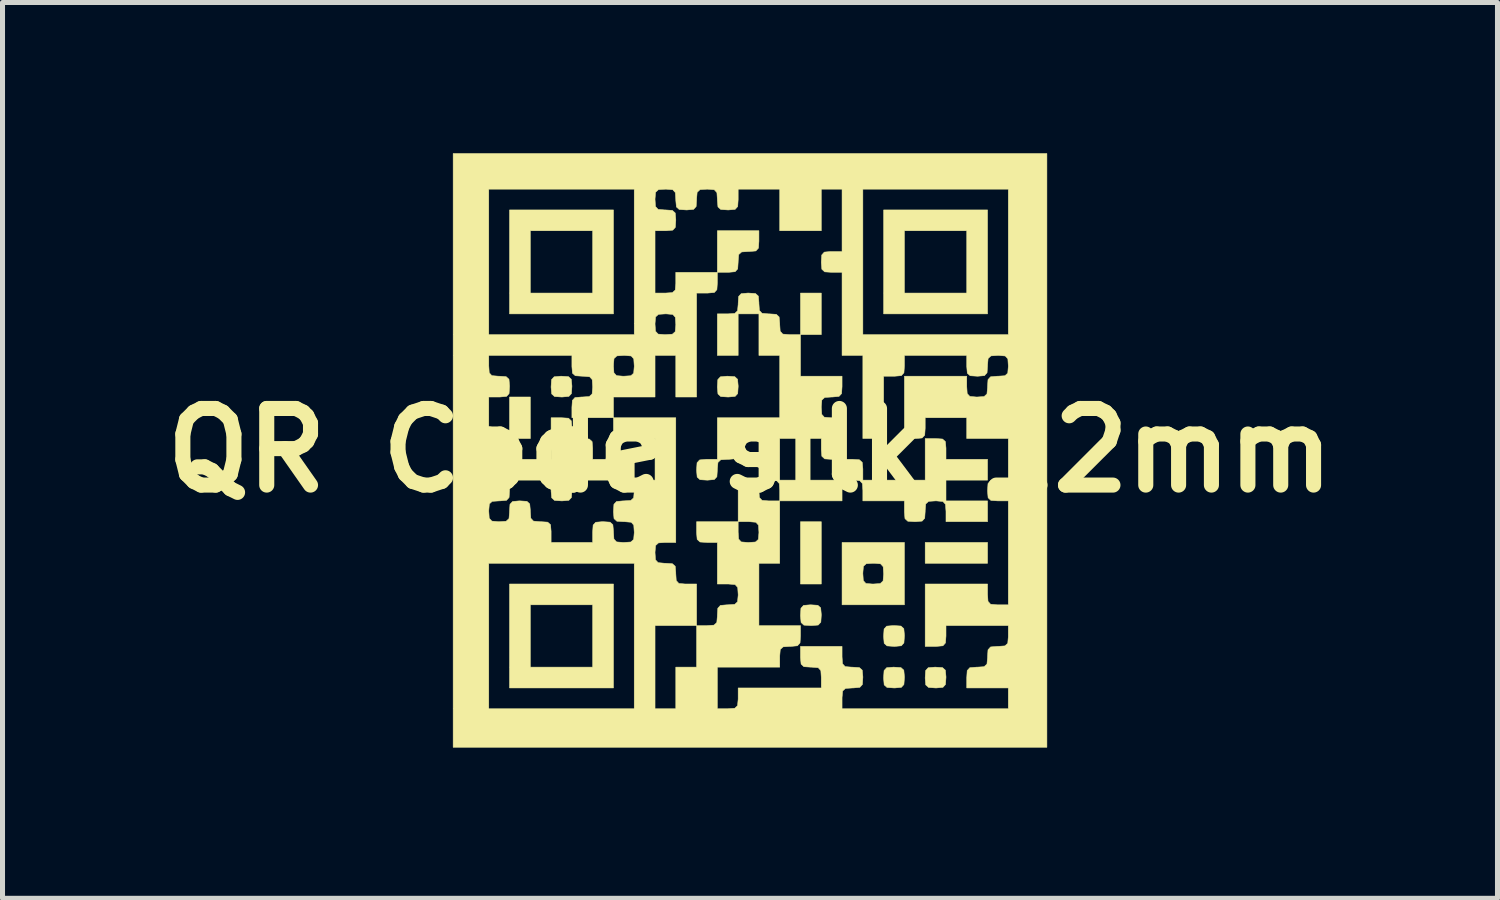
<source format=kicad_pcb>
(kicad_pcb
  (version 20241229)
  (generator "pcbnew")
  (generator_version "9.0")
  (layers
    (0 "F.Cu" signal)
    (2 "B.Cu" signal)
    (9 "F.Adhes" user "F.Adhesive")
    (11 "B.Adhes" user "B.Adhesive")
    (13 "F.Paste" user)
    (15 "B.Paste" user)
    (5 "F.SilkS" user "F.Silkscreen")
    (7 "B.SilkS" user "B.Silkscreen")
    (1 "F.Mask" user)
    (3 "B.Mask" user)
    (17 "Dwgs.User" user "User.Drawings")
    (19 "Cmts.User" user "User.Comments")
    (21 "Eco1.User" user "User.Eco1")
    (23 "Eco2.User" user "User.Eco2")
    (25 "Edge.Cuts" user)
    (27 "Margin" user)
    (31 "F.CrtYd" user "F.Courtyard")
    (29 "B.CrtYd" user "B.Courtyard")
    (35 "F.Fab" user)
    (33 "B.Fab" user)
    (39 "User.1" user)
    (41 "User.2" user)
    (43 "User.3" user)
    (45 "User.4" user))
  (footprint "QR Code silk 12mm"
    (layer "F.Cu")
    (at 11.873 5.912)
    (property "Reference" "QR Code silk 12mm" (at 0 0 0) (layer "F.SilkS") (effects (font (size 1.524 1.524) (thickness 0.3))))
    (attr through_hole)
    (fp_poly (pts (xy -4.371 -0.236) (xy -4.785 -0.236) (xy -4.785 -1.063) (xy -4.371 -1.063) (xy -4.371 -0.236)) (stroke (width 0.01) (type solid)) (fill yes) (layer "F.SilkS"))
    (fp_poly (pts (xy 1.004 -3.131) (xy 1.418 -3.131) (xy 1.418 -2.304) (xy 1.004 -2.304) (xy 1.004 -3.131)) (stroke (width 0.01) (type solid)) (fill yes) (layer "F.SilkS"))
    (fp_poly (pts (xy 1.418 2.658) (xy 1.004 2.658) (xy 1.004 1.418) (xy 1.418 1.418) (xy 1.418 2.658)) (stroke (width 0.01) (type solid)) (fill yes) (layer "F.SilkS"))
    (fp_poly (pts (xy 4.726 2.245) (xy 3.485 2.245) (xy 3.485 1.831) (xy 4.726 1.831) (xy 4.726 2.245)) (stroke (width 0.01) (type solid)) (fill yes) (layer "F.SilkS"))
    (fp_poly (pts (xy -2.717 -2.717) (xy -4.785 -2.717) (xy -4.785 -4.371) (xy -4.371 -4.371) (xy -4.371 -3.131) (xy -3.131 -3.131) (xy -3.131 -4.371) (xy -4.371 -4.371) (xy -4.785 -4.371) (xy -4.785 -4.785) (xy -2.717 -4.785) (xy -2.717 -2.717)) (stroke (width 0.01) (type solid)) (fill yes) (layer "F.SilkS"))
    (fp_poly (pts (xy -2.717 4.726) (xy -4.785 4.726) (xy -4.785 3.072) (xy -4.371 3.072) (xy -4.371 4.312) (xy -3.131 4.312) (xy -3.131 3.072) (xy -4.371 3.072) (xy -4.785 3.072) (xy -4.785 2.658) (xy -2.717 2.658) (xy -2.717 4.726)) (stroke (width 0.01) (type solid)) (fill yes) (layer "F.SilkS"))
    (fp_poly (pts (xy 4.726 -2.717) (xy 2.658 -2.717) (xy 2.658 -4.371) (xy 3.072 -4.371) (xy 3.072 -3.131) (xy 4.312 -3.131) (xy 4.312 -4.371) (xy 3.072 -4.371) (xy 2.658 -4.371) (xy 2.658 -4.785) (xy 4.726 -4.785) (xy 4.726 -2.717)) (stroke (width 0.01) (type solid)) (fill yes) (layer "F.SilkS"))
    (fp_poly (pts (xy -3.612 -1.468) (xy -3.556 -1.416) (xy -3.544 -1.286) (xy -3.544 -1.27) (xy -3.553 -1.131) (xy -3.605 -1.075) (xy -3.735 -1.063) (xy -3.751 -1.063) (xy -3.889 -1.072) (xy -3.946 -1.124) (xy -3.958 -1.254) (xy -3.958 -1.27) (xy -3.949 -1.409) (xy -3.897 -1.465) (xy -3.767 -1.477) (xy -3.751 -1.477) (xy -3.612 -1.468)) (stroke (width 0.01) (type solid)) (fill yes) (layer "F.SilkS"))
    (fp_poly (pts (xy -0.304 -1.468) (xy -0.248 -1.416) (xy -0.236 -1.286) (xy -0.236 -1.27) (xy -0.245 -1.131) (xy -0.297 -1.075) (xy -0.427 -1.063) (xy -0.443 -1.063) (xy -0.582 -1.072) (xy -0.638 -1.124) (xy -0.65 -1.254) (xy -0.65 -1.27) (xy -0.641 -1.409) (xy -0.589 -1.465) (xy -0.459 -1.477) (xy -0.443 -1.477) (xy -0.304 -1.468)) (stroke (width 0.01) (type solid)) (fill yes) (layer "F.SilkS"))
    (fp_poly (pts (xy 0.177 -4.164) (xy 0.168 -4.026) (xy 0.116 -3.969) (xy -0.014 -3.958) (xy -0.03 -3.958) (xy -0.168 -3.949) (xy -0.225 -3.897) (xy -0.236 -3.767) (xy -0.236 -3.751) (xy -0.245 -3.612) (xy -0.297 -3.556) (xy -0.427 -3.544) (xy -0.443 -3.544) (xy -0.65 -3.544) (xy -0.65 -4.371) (xy 0.177 -4.371) (xy 0.177 -4.164)) (stroke (width 0.01) (type solid)) (fill yes) (layer "F.SilkS"))
    (fp_poly (pts (xy 1.349 3.081) (xy 1.406 3.132) (xy 1.418 3.263) (xy 1.418 3.278) (xy 1.409 3.417) (xy 1.357 3.474) (xy 1.227 3.485) (xy 1.211 3.485) (xy 1.072 3.476) (xy 1.016 3.424) (xy 1.004 3.294) (xy 1.004 3.278) (xy 1.013 3.14) (xy 1.065 3.083) (xy 1.195 3.072) (xy 1.211 3.072) (xy 1.349 3.081)) (stroke (width 0.01) (type solid)) (fill yes) (layer "F.SilkS"))
    (fp_poly (pts (xy 3.003 3.494) (xy 3.06 3.546) (xy 3.072 3.676) (xy 3.072 3.692) (xy 3.062 3.83) (xy 3.011 3.887) (xy 2.881 3.899) (xy 2.865 3.899) (xy 2.726 3.889) (xy 2.669 3.838) (xy 2.658 3.708) (xy 2.658 3.692) (xy 2.667 3.553) (xy 2.719 3.496) (xy 2.849 3.485) (xy 2.865 3.485) (xy 3.003 3.494)) (stroke (width 0.01) (type solid)) (fill yes) (layer "F.SilkS"))
    (fp_poly (pts (xy 3.003 4.321) (xy 3.06 4.373) (xy 3.072 4.503) (xy 3.072 4.519) (xy 3.062 4.657) (xy 3.011 4.714) (xy 2.881 4.726) (xy 2.865 4.726) (xy 2.726 4.716) (xy 2.669 4.665) (xy 2.658 4.535) (xy 2.658 4.519) (xy 2.667 4.38) (xy 2.719 4.323) (xy 2.849 4.312) (xy 2.865 4.312) (xy 3.003 4.321)) (stroke (width 0.01) (type solid)) (fill yes) (layer "F.SilkS"))
    (fp_poly (pts (xy 3.83 4.321) (xy 3.887 4.373) (xy 3.899 4.503) (xy 3.899 4.519) (xy 3.889 4.657) (xy 3.838 4.714) (xy 3.708 4.726) (xy 3.692 4.726) (xy 3.553 4.716) (xy 3.496 4.665) (xy 3.485 4.535) (xy 3.485 4.519) (xy 3.494 4.38) (xy 3.546 4.323) (xy 3.676 4.312) (xy 3.692 4.312) (xy 3.83 4.321)) (stroke (width 0.01) (type solid)) (fill yes) (layer "F.SilkS"))
    (fp_poly (pts (xy 3.072 3.072) (xy 1.831 3.072) (xy 1.831 2.451) (xy 2.245 2.451) (xy 2.254 2.59) (xy 2.305 2.647) (xy 2.436 2.658) (xy 2.451 2.658) (xy 2.59 2.649) (xy 2.647 2.597) (xy 2.658 2.467) (xy 2.658 2.451) (xy 2.649 2.313) (xy 2.597 2.256) (xy 2.467 2.245) (xy 2.451 2.245) (xy 2.313 2.254) (xy 2.256 2.305) (xy 2.245 2.436) (xy 2.245 2.451) (xy 1.831 2.451) (xy 1.831 1.831) (xy 3.072 1.831) (xy 3.072 3.072)) (stroke (width 0.01) (type solid)) (fill yes) (layer "F.SilkS"))
    (fp_poly (pts (xy 1.004 -1.477) (xy 1.831 -1.477) (xy 1.831 -1.27) (xy 1.822 -1.131) (xy 1.77 -1.075) (xy 1.64 -1.063) (xy 1.624 -1.063) (xy 1.486 -1.054) (xy 1.429 -1.003) (xy 1.418 -0.872) (xy 1.418 -0.857) (xy 1.427 -0.718) (xy 1.478 -0.661) (xy 1.609 -0.65) (xy 1.624 -0.65) (xy 1.831 -0.65) (xy 1.831 0.177) (xy 2.038 0.177) (xy 2.176 0.186) (xy 2.233 0.238) (xy 2.245 0.368) (xy 2.245 0.384) (xy 2.245 0.591) (xy 3.485 0.591) (xy 3.485 -0.236) (xy 3.692 -0.236) (xy 3.83 -0.227) (xy 3.887 -0.176) (xy 3.899 -0.045) (xy 3.899 -0.03) (xy 3.899 0.177) (xy 4.726 0.177) (xy 4.726 0.591) (xy 3.899 0.591) (xy 3.899 1.004) (xy 4.726 1.004) (xy 4.726 1.418) (xy 3.899 1.418) (xy 3.899 1.211) (xy 3.889 1.072) (xy 3.838 1.016) (xy 3.708 1.004) (xy 3.692 1.004) (xy 3.553 1.013) (xy 3.496 1.065) (xy 3.485 1.195) (xy 3.485 1.211) (xy 3.476 1.349) (xy 3.424 1.406) (xy 3.294 1.418) (xy 3.278 1.418) (xy 3.14 1.409) (xy 3.083 1.357) (xy 3.072 1.227) (xy 3.072 1.211) (xy 3.072 1.004) (xy 2.245 1.004) (xy 2.245 0.797) (xy 2.236 0.659) (xy 2.184 0.602) (xy 2.054 0.591) (xy 2.038 0.591) (xy 1.899 0.6) (xy 1.843 0.651) (xy 1.831 0.782) (xy 1.831 0.797) (xy 1.831 1.004) (xy 0.591 1.004) (xy 0.591 0.797) (xy 0.582 0.659) (xy 0.53 0.602) (xy 0.4 0.591) (xy 0.384 0.591) (xy 0.177 0.591) (xy 0.177 -0.236) (xy 0.591 -0.236) (xy 0.591 0.591) (xy 1.831 0.591) (xy 1.831 0.384) (xy 1.822 0.245) (xy 1.77 0.189) (xy 1.64 0.177) (xy 1.624 0.177) (xy 1.486 0.168) (xy 1.429 0.116) (xy 1.418 -0.014) (xy 1.418 -0.03) (xy 1.418 -0.236) (xy 0.591 -0.236) (xy 0.177 -0.236) (xy -0.03 -0.236) (xy -0.168 -0.227) (xy -0.225 -0.176) (xy -0.236 -0.045) (xy -0.236 -0.03) (xy -0.245 0.109) (xy -0.297 0.166) (xy -0.427 0.177) (xy -0.443 0.177) (xy -0.582 0.186) (xy -0.638 0.238) (xy -0.65 0.368) (xy -0.65 0.384) (xy -0.659 0.523) (xy -0.711 0.579) (xy -0.841 0.591) (xy -0.857 0.591) (xy -0.995 0.582) (xy -1.052 0.53) (xy -1.063 0.4) (xy -1.063 0.384) (xy -1.054 0.245) (xy -1.003 0.189) (xy -0.872 0.177) (xy -0.857 0.177) (xy -0.65 0.177) (xy -0.65 -0.65) (xy 0.591 -0.65) (xy 0.591 -1.89) (xy 0.177 -1.89) (xy 0.177 -2.717) (xy -0.236 -2.717) (xy -0.236 -1.89) (xy -0.65 -1.89) (xy -0.65 -2.717) (xy -0.443 -2.717) (xy -0.304 -2.726) (xy -0.248 -2.778) (xy -0.236 -2.908) (xy -0.236 -2.924) (xy -0.227 -3.063) (xy -0.176 -3.119) (xy -0.045 -3.131) (xy -0.03 -3.131) (xy 0.109 -3.122) (xy 0.166 -3.07) (xy 0.177 -2.94) (xy 0.177 -2.924) (xy 0.186 -2.785) (xy 0.238 -2.729) (xy 0.368 -2.717) (xy 0.384 -2.717) (xy 0.523 -2.708) (xy 0.579 -2.656) (xy 0.591 -2.526) (xy 0.591 -2.51) (xy 0.6 -2.372) (xy 0.651 -2.315) (xy 0.782 -2.304) (xy 0.797 -2.304) (xy 1.004 -2.304) (xy 1.004 -1.477)) (stroke (width 0.01) (type solid)) (fill yes) (layer "F.SilkS"))
    (fp_poly (pts (xy 5.907 5.907) (xy -5.907 5.907) (xy -5.907 2.245) (xy -5.198 2.245) (xy -5.198 5.139) (xy -2.304 5.139) (xy -2.304 3.485) (xy -1.89 3.485) (xy -1.89 5.139) (xy -1.477 5.139) (xy -1.477 4.312) (xy -1.063 4.312) (xy -1.063 3.485) (xy -1.89 3.485) (xy -2.304 3.485) (xy -2.304 2.245) (xy -5.198 2.245) (xy -5.907 2.245) (xy -5.907 -1.89) (xy -5.198 -1.89) (xy -5.198 -1.683) (xy -5.189 -1.545) (xy -5.137 -1.488) (xy -5.007 -1.477) (xy -4.991 -1.477) (xy -4.853 -1.468) (xy -4.796 -1.416) (xy -4.785 -1.286) (xy -4.785 -1.27) (xy -4.794 -1.131) (xy -4.845 -1.075) (xy -4.976 -1.063) (xy -4.991 -1.063) (xy -5.198 -1.063) (xy -5.198 -0.236) (xy -4.991 -0.236) (xy -4.853 -0.227) (xy -4.796 -0.176) (xy -4.785 -0.045) (xy -4.785 -0.03) (xy -4.785 0.177) (xy -3.958 0.177) (xy -3.958 -0.65) (xy -3.751 -0.65) (xy -3.612 -0.641) (xy -3.556 -0.589) (xy -3.544 -0.459) (xy -3.544 -0.443) (xy -3.535 -0.304) (xy -3.483 -0.248) (xy -3.353 -0.236) (xy -3.337 -0.236) (xy -3.199 -0.227) (xy -3.142 -0.176) (xy -3.131 -0.045) (xy -3.131 -0.03) (xy -3.131 0.177) (xy -2.304 0.177) (xy -2.304 0.591) (xy -3.544 0.591) (xy -3.544 0.797) (xy -3.553 0.936) (xy -3.605 0.993) (xy -3.735 1.004) (xy -3.751 1.004) (xy -3.889 0.995) (xy -3.946 0.943) (xy -3.958 0.813) (xy -3.958 0.797) (xy -3.958 0.591) (xy -4.785 0.591) (xy -4.785 0.797) (xy -4.794 0.936) (xy -4.845 0.993) (xy -4.976 1.004) (xy -4.991 1.004) (xy -5.13 1.013) (xy -5.187 1.065) (xy -5.198 1.195) (xy -5.198 1.211) (xy -5.189 1.349) (xy -5.137 1.406) (xy -5.007 1.418) (xy -4.991 1.418) (xy -4.853 1.409) (xy -4.796 1.357) (xy -4.785 1.227) (xy -4.785 1.211) (xy -4.776 1.072) (xy -4.724 1.016) (xy -4.594 1.004) (xy -4.578 1.004) (xy -4.439 1.013) (xy -4.383 1.065) (xy -4.371 1.195) (xy -4.371 1.211) (xy -4.362 1.349) (xy -4.31 1.406) (xy -4.18 1.418) (xy -4.164 1.418) (xy -4.026 1.427) (xy -3.969 1.478) (xy -3.958 1.609) (xy -3.958 1.624) (xy -3.958 1.831) (xy -3.131 1.831) (xy -3.131 1.624) (xy -3.122 1.486) (xy -3.07 1.429) (xy -2.94 1.418) (xy -2.924 1.418) (xy -2.785 1.427) (xy -2.729 1.478) (xy -2.717 1.609) (xy -2.717 1.624) (xy -2.708 1.763) (xy -2.656 1.82) (xy -2.526 1.831) (xy -2.51 1.831) (xy -2.372 1.822) (xy -2.315 1.77) (xy -2.304 1.64) (xy -2.304 1.624) (xy -2.313 1.486) (xy -2.364 1.429) (xy -2.495 1.418) (xy -2.51 1.418) (xy -2.649 1.409) (xy -2.706 1.357) (xy -2.717 1.227) (xy -2.717 1.211) (xy -2.708 1.072) (xy -2.656 1.016) (xy -2.526 1.004) (xy -2.51 1.004) (xy -2.372 0.995) (xy -2.315 0.943) (xy -2.304 0.813) (xy -2.304 0.797) (xy -2.295 0.659) (xy -2.243 0.602) (xy -2.113 0.591) (xy -2.097 0.591) (xy -1.89 0.591) (xy -1.89 -0.236) (xy -2.717 -0.236) (xy -2.717 -0.65) (xy -3.544 -0.65) (xy -3.544 -0.857) (xy -3.535 -0.995) (xy -3.483 -1.052) (xy -3.353 -1.063) (xy -3.337 -1.063) (xy -2.717 -1.063) (xy -2.717 -0.65) (xy -1.477 -0.65) (xy -1.477 1.831) (xy -1.683 1.831) (xy -1.822 1.84) (xy -1.879 1.892) (xy -1.89 2.022) (xy -1.89 2.038) (xy -1.881 2.176) (xy -1.829 2.233) (xy -1.699 2.245) (xy -1.683 2.245) (xy -1.545 2.254) (xy -1.488 2.305) (xy -1.477 2.436) (xy -1.477 2.451) (xy -1.468 2.59) (xy -1.416 2.647) (xy -1.286 2.658) (xy -1.27 2.658) (xy -1.063 2.658) (xy -1.063 3.485) (xy -0.857 3.485) (xy -0.718 3.476) (xy -0.661 3.424) (xy -0.65 3.294) (xy -0.65 3.278) (xy -0.641 3.14) (xy -0.589 3.083) (xy -0.459 3.072) (xy -0.443 3.072) (xy -0.304 3.062) (xy -0.248 3.011) (xy -0.236 2.881) (xy -0.236 2.865) (xy -0.245 2.726) (xy -0.297 2.669) (xy -0.427 2.658) (xy -0.443 2.658) (xy -0.65 2.658) (xy -0.65 1.831) (xy -0.857 1.831) (xy -0.995 1.822) (xy -1.052 1.77) (xy -1.063 1.64) (xy -1.063 1.624) (xy -1.063 1.418) (xy -0.236 1.418) (xy -0.236 1.624) (xy -0.227 1.763) (xy -0.176 1.82) (xy -0.045 1.831) (xy -0.03 1.831) (xy 0.109 1.822) (xy 0.166 1.77) (xy 0.177 1.64) (xy 0.177 1.624) (xy 0.168 1.486) (xy 0.116 1.429) (xy -0.014 1.418) (xy -0.03 1.418) (xy -0.236 1.418) (xy -0.236 0.591) (xy -0.03 0.591) (xy 0.109 0.6) (xy 0.166 0.651) (xy 0.177 0.782) (xy 0.177 0.797) (xy 0.186 0.936) (xy 0.238 0.993) (xy 0.368 1.004) (xy 0.384 1.004) (xy 0.591 1.004) (xy 0.591 2.245) (xy 0.177 2.245) (xy 0.177 3.485) (xy 1.004 3.485) (xy 1.004 3.692) (xy 0.995 3.83) (xy 0.943 3.887) (xy 0.813 3.899) (xy 0.797 3.899) (xy 0.659 3.908) (xy 0.602 3.959) (xy 0.591 4.09) (xy 0.591 4.105) (xy 0.591 4.312) (xy -0.65 4.312) (xy -0.65 5.139) (xy -0.443 5.139) (xy -0.304 5.13) (xy -0.248 5.078) (xy -0.236 4.948) (xy -0.236 4.932) (xy -0.236 4.726) (xy 1.418 4.726) (xy 1.418 4.519) (xy 1.409 4.38) (xy 1.357 4.323) (xy 1.227 4.312) (xy 1.211 4.312) (xy 1.072 4.303) (xy 1.016 4.251) (xy 1.004 4.121) (xy 1.004 4.105) (xy 1.004 3.899) (xy 1.831 3.899) (xy 1.831 4.105) (xy 1.84 4.244) (xy 1.892 4.301) (xy 2.022 4.312) (xy 2.038 4.312) (xy 2.176 4.321) (xy 2.233 4.373) (xy 2.245 4.503) (xy 2.245 4.519) (xy 2.236 4.657) (xy 2.184 4.714) (xy 2.054 4.726) (xy 2.038 4.726) (xy 1.899 4.735) (xy 1.843 4.786) (xy 1.831 4.917) (xy 1.831 4.932) (xy 1.831 5.139) (xy 5.139 5.139) (xy 5.139 4.726) (xy 4.312 4.726) (xy 4.312 4.519) (xy 4.321 4.38) (xy 4.373 4.323) (xy 4.503 4.312) (xy 4.519 4.312) (xy 4.657 4.303) (xy 4.714 4.251) (xy 4.726 4.121) (xy 4.726 4.105) (xy 4.735 3.967) (xy 4.786 3.91) (xy 4.917 3.899) (xy 4.932 3.899) (xy 5.071 3.889) (xy 5.128 3.838) (xy 5.139 3.708) (xy 5.139 3.692) (xy 5.139 3.485) (xy 3.899 3.485) (xy 3.899 3.692) (xy 3.889 3.83) (xy 3.838 3.887) (xy 3.708 3.899) (xy 3.692 3.899) (xy 3.485 3.899) (xy 3.485 2.658) (xy 4.726 2.658) (xy 4.726 2.865) (xy 4.735 3.003) (xy 4.786 3.06) (xy 4.917 3.072) (xy 4.932 3.072) (xy 5.139 3.072) (xy 5.139 1.004) (xy 4.932 1.004) (xy 4.794 0.995) (xy 4.737 0.943) (xy 4.726 0.813) (xy 4.726 0.797) (xy 4.735 0.659) (xy 4.786 0.602) (xy 4.917 0.591) (xy 4.932 0.591) (xy 5.139 0.591) (xy 5.139 -0.236) (xy 4.312 -0.236) (xy 4.312 -0.65) (xy 3.485 -0.65) (xy 3.485 -0.443) (xy 3.476 -0.304) (xy 3.424 -0.248) (xy 3.294 -0.236) (xy 3.278 -0.236) (xy 3.072 -0.236) (xy 3.072 -1.477) (xy 4.312 -1.477) (xy 4.312 -1.27) (xy 4.321 -1.131) (xy 4.373 -1.075) (xy 4.503 -1.063) (xy 4.519 -1.063) (xy 4.657 -1.072) (xy 4.714 -1.124) (xy 4.726 -1.254) (xy 4.726 -1.27) (xy 4.735 -1.409) (xy 4.786 -1.465) (xy 4.917 -1.477) (xy 4.932 -1.477) (xy 5.071 -1.486) (xy 5.128 -1.537) (xy 5.139 -1.668) (xy 5.139 -1.683) (xy 5.13 -1.822) (xy 5.078 -1.879) (xy 4.948 -1.89) (xy 4.932 -1.89) (xy 4.794 -1.881) (xy 4.737 -1.829) (xy 4.726 -1.699) (xy 4.726 -1.683) (xy 4.716 -1.545) (xy 4.665 -1.488) (xy 4.535 -1.477) (xy 4.519 -1.477) (xy 4.38 -1.486) (xy 4.323 -1.537) (xy 4.312 -1.668) (xy 4.312 -1.683) (xy 4.312 -1.89) (xy 3.072 -1.89) (xy 3.072 -1.683) (xy 3.062 -1.545) (xy 3.011 -1.488) (xy 2.881 -1.477) (xy 2.865 -1.477) (xy 2.658 -1.477) (xy 2.658 -0.236) (xy 2.245 -0.236) (xy 2.245 -1.89) (xy 1.831 -1.89) (xy 1.831 -3.544) (xy 1.624 -3.544) (xy 1.486 -3.553) (xy 1.429 -3.605) (xy 1.418 -3.735) (xy 1.418 -3.751) (xy 1.427 -3.889) (xy 1.478 -3.946) (xy 1.609 -3.958) (xy 1.624 -3.958) (xy 1.831 -3.958) (xy 1.831 -5.198) (xy 2.245 -5.198) (xy 2.245 -2.304) (xy 5.139 -2.304) (xy 5.139 -5.198) (xy 2.245 -5.198) (xy 1.831 -5.198) (xy 1.418 -5.198) (xy 1.418 -4.371) (xy 0.591 -4.371) (xy 0.591 -5.198) (xy -0.236 -5.198) (xy -0.236 -4.991) (xy -0.245 -4.853) (xy -0.297 -4.796) (xy -0.427 -4.785) (xy -0.443 -4.785) (xy -0.582 -4.794) (xy -0.638 -4.845) (xy -0.65 -4.976) (xy -0.65 -4.991) (xy -0.659 -5.13) (xy -0.711 -5.187) (xy -0.841 -5.198) (xy -0.857 -5.198) (xy -0.995 -5.189) (xy -1.052 -5.137) (xy -1.063 -5.007) (xy -1.063 -4.991) (xy -1.072 -4.853) (xy -1.124 -4.796) (xy -1.254 -4.785) (xy -1.27 -4.785) (xy -1.409 -4.794) (xy -1.465 -4.845) (xy -1.477 -4.976) (xy -1.477 -4.991) (xy -1.486 -5.13) (xy -1.537 -5.187) (xy -1.668 -5.198) (xy -1.683 -5.198) (xy -1.822 -5.189) (xy -1.879 -5.137) (xy -1.89 -5.007) (xy -1.89 -4.991) (xy -1.881 -4.853) (xy -1.829 -4.796) (xy -1.699 -4.785) (xy -1.683 -4.785) (xy -1.545 -4.776) (xy -1.488 -4.724) (xy -1.477 -4.594) (xy -1.477 -4.578) (xy -1.486 -4.439) (xy -1.537 -4.383) (xy -1.668 -4.371) (xy -1.683 -4.371) (xy -1.89 -4.371) (xy -1.89 -3.131) (xy -1.683 -3.131) (xy -1.545 -3.14) (xy -1.488 -3.191) (xy -1.477 -3.322) (xy -1.477 -3.337) (xy -1.477 -3.544) (xy -0.65 -3.544) (xy -0.65 -3.337) (xy -0.659 -3.199) (xy -0.711 -3.142) (xy -0.841 -3.131) (xy -0.857 -3.131) (xy -1.063 -3.131) (xy -1.063 -1.063) (xy -1.477 -1.063) (xy -1.477 -1.89) (xy -1.89 -1.89) (xy -1.89 -1.063) (xy -2.717 -1.063) (xy -3.337 -1.063) (xy -3.199 -1.072) (xy -3.142 -1.124) (xy -3.131 -1.254) (xy -3.131 -1.27) (xy -3.14 -1.409) (xy -3.191 -1.465) (xy -3.322 -1.477) (xy -3.337 -1.477) (xy -3.476 -1.486) (xy -3.533 -1.537) (xy -3.544 -1.668) (xy -3.544 -1.683) (xy -2.717 -1.683) (xy -2.708 -1.545) (xy -2.656 -1.488) (xy -2.526 -1.477) (xy -2.51 -1.477) (xy -2.372 -1.486) (xy -2.315 -1.537) (xy -2.304 -1.668) (xy -2.304 -1.683) (xy -2.313 -1.822) (xy -2.364 -1.879) (xy -2.495 -1.89) (xy -2.51 -1.89) (xy -2.649 -1.881) (xy -2.706 -1.829) (xy -2.717 -1.699) (xy -2.717 -1.683) (xy -3.544 -1.683) (xy -3.544 -1.89) (xy -5.198 -1.89) (xy -5.907 -1.89) (xy -5.907 -5.198) (xy -5.198 -5.198) (xy -5.198 -2.304) (xy -2.304 -2.304) (xy -2.304 -2.51) (xy -1.89 -2.51) (xy -1.881 -2.372) (xy -1.829 -2.315) (xy -1.699 -2.304) (xy -1.683 -2.304) (xy -1.545 -2.313) (xy -1.488 -2.364) (xy -1.477 -2.495) (xy -1.477 -2.51) (xy -1.486 -2.649) (xy -1.537 -2.706) (xy -1.668 -2.717) (xy -1.683 -2.717) (xy -1.822 -2.708) (xy -1.879 -2.656) (xy -1.89 -2.526) (xy -1.89 -2.51) (xy -2.304 -2.51) (xy -2.304 -5.198) (xy -5.198 -5.198) (xy -5.907 -5.198) (xy -5.907 -5.907) (xy 5.907 -5.907) (xy 5.907 5.907)) (stroke (width 0.01) (type solid)) (fill yes) (layer "F.SilkS")))
  (gr_rect
    (start -3 -3)
    (end 26.745 14.824)
    (stroke (width 0.1) (type default))
    (fill no)
    (layer "Edge.Cuts")))
</source>
